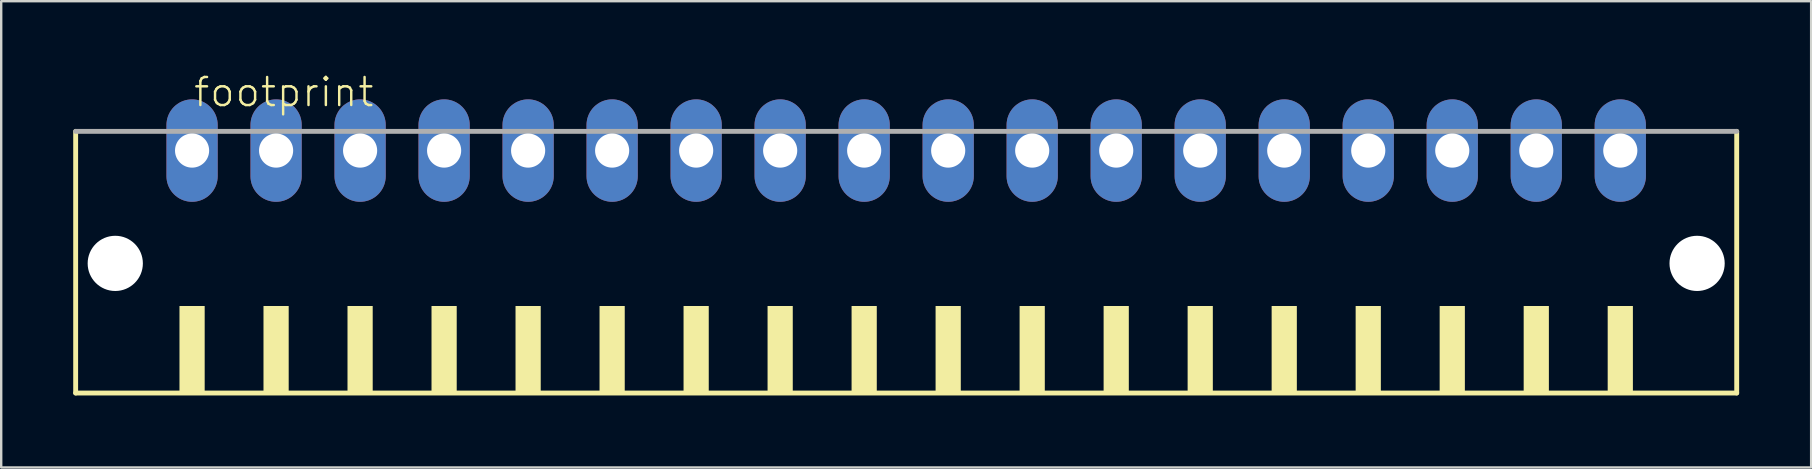
<source format=kicad_pcb>
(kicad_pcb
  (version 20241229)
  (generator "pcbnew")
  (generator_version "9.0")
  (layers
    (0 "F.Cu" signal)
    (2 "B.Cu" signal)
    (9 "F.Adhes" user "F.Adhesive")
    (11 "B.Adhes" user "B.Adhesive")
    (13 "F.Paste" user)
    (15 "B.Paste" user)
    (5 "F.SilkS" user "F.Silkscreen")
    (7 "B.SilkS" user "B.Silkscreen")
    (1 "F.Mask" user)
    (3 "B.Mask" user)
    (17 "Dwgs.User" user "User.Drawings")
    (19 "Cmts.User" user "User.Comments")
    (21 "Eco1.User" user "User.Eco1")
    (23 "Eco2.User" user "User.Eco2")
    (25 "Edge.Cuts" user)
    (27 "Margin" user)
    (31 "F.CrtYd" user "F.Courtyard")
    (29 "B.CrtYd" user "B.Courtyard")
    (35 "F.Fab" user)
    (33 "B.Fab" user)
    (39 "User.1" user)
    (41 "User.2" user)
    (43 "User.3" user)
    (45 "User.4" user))
  (footprint "footprint"
    (layer "F.Cu")
    (at 34.702 8.473)
    (property "Reference" "footprint" (at -29.75 -7 0) (layer "F.SilkS") (effects (font (size 1.168 1.168) (thickness 0.102)) (justify left bottom)))
    (fp_line (start -34.6 -6.05) (end -34.6 4.85) (stroke (width 0.203) (type solid)) (layer "F.SilkS"))
    (fp_line (start -34.6 4.85) (end 34.6 4.85) (stroke (width 0.203) (type solid)) (layer "F.SilkS"))
    (fp_line (start 34.6 4.85) (end 34.6 -6.05) (stroke (width 0.203) (type solid)) (layer "F.SilkS"))
    (fp_poly (pts (xy -30.275 4.9) (xy -29.225 4.9) (xy -29.225 1.225) (xy -30.275 1.225)) (stroke (width 0) (type solid)) (fill yes) (layer "F.SilkS"))
    (fp_poly (pts (xy -26.775 4.9) (xy -25.725 4.9) (xy -25.725 1.225) (xy -26.775 1.225)) (stroke (width 0) (type solid)) (fill yes) (layer "F.SilkS"))
    (fp_poly (pts (xy -23.275 4.9) (xy -22.225 4.9) (xy -22.225 1.225) (xy -23.275 1.225)) (stroke (width 0) (type solid)) (fill yes) (layer "F.SilkS"))
    (fp_poly (pts (xy -19.775 4.9) (xy -18.725 4.9) (xy -18.725 1.225) (xy -19.775 1.225)) (stroke (width 0) (type solid)) (fill yes) (layer "F.SilkS"))
    (fp_poly (pts (xy -16.275 4.9) (xy -15.225 4.9) (xy -15.225 1.225) (xy -16.275 1.225)) (stroke (width 0) (type solid)) (fill yes) (layer "F.SilkS"))
    (fp_poly (pts (xy -12.775 4.9) (xy -11.725 4.9) (xy -11.725 1.225) (xy -12.775 1.225)) (stroke (width 0) (type solid)) (fill yes) (layer "F.SilkS"))
    (fp_poly (pts (xy -9.275 4.9) (xy -8.225 4.9) (xy -8.225 1.225) (xy -9.275 1.225)) (stroke (width 0) (type solid)) (fill yes) (layer "F.SilkS"))
    (fp_poly (pts (xy -5.775 4.9) (xy -4.725 4.9) (xy -4.725 1.225) (xy -5.775 1.225)) (stroke (width 0) (type solid)) (fill yes) (layer "F.SilkS"))
    (fp_poly (pts (xy -2.275 4.9) (xy -1.225 4.9) (xy -1.225 1.225) (xy -2.275 1.225)) (stroke (width 0) (type solid)) (fill yes) (layer "F.SilkS"))
    (fp_poly (pts (xy 1.225 4.9) (xy 2.275 4.9) (xy 2.275 1.225) (xy 1.225 1.225)) (stroke (width 0) (type solid)) (fill yes) (layer "F.SilkS"))
    (fp_poly (pts (xy 4.725 4.9) (xy 5.775 4.9) (xy 5.775 1.225) (xy 4.725 1.225)) (stroke (width 0) (type solid)) (fill yes) (layer "F.SilkS"))
    (fp_poly (pts (xy 8.225 4.9) (xy 9.275 4.9) (xy 9.275 1.225) (xy 8.225 1.225)) (stroke (width 0) (type solid)) (fill yes) (layer "F.SilkS"))
    (fp_poly (pts (xy 11.725 4.9) (xy 12.775 4.9) (xy 12.775 1.225) (xy 11.725 1.225)) (stroke (width 0) (type solid)) (fill yes) (layer "F.SilkS"))
    (fp_poly (pts (xy 15.225 4.9) (xy 16.275 4.9) (xy 16.275 1.225) (xy 15.225 1.225)) (stroke (width 0) (type solid)) (fill yes) (layer "F.SilkS"))
    (fp_poly (pts (xy 18.725 4.9) (xy 19.775 4.9) (xy 19.775 1.225) (xy 18.725 1.225)) (stroke (width 0) (type solid)) (fill yes) (layer "F.SilkS"))
    (fp_poly (pts (xy 22.225 4.9) (xy 23.275 4.9) (xy 23.275 1.225) (xy 22.225 1.225)) (stroke (width 0) (type solid)) (fill yes) (layer "F.SilkS"))
    (fp_poly (pts (xy 25.725 4.9) (xy 26.775 4.9) (xy 26.775 1.225) (xy 25.725 1.225)) (stroke (width 0) (type solid)) (fill yes) (layer "F.SilkS"))
    (fp_poly (pts (xy 29.225 4.9) (xy 30.275 4.9) (xy 30.275 1.225) (xy 29.225 1.225)) (stroke (width 0) (type solid)) (fill yes) (layer "F.SilkS"))
    (fp_line (start 34.6 -6.05) (end -34.6 -6.05) (stroke (width 0.203) (type solid)) (layer "F.Fab"))
    (pad "" np_thru_hole circle (at -32.95 -0.55) (size 2.3 2.3) (drill 2.3) (layers "*.Cu" "*.Mask"))
    (pad "" np_thru_hole circle (at 32.95 -0.55) (size 2.3 2.3) (drill 2.3) (layers "*.Cu" "*.Mask"))
    (pad "1" thru_hole oval (at -29.75 -5.25 90) (size 4.267 2.134) (drill 1.422) (layers "*.Cu" "*.Mask"))
    (pad "2" thru_hole oval (at -26.25 -5.25 90) (size 4.267 2.134) (drill 1.422) (layers "*.Cu" "*.Mask"))
    (pad "3" thru_hole oval (at -22.75 -5.25 90) (size 4.267 2.134) (drill 1.422) (layers "*.Cu" "*.Mask"))
    (pad "4" thru_hole oval (at -19.25 -5.25 90) (size 4.267 2.134) (drill 1.422) (layers "*.Cu" "*.Mask"))
    (pad "5" thru_hole oval (at -15.75 -5.25 90) (size 4.267 2.134) (drill 1.422) (layers "*.Cu" "*.Mask"))
    (pad "6" thru_hole oval (at -12.25 -5.25 90) (size 4.267 2.134) (drill 1.422) (layers "*.Cu" "*.Mask"))
    (pad "7" thru_hole oval (at -8.75 -5.25 90) (size 4.267 2.134) (drill 1.422) (layers "*.Cu" "*.Mask"))
    (pad "8" thru_hole oval (at -5.25 -5.25 90) (size 4.267 2.134) (drill 1.422) (layers "*.Cu" "*.Mask"))
    (pad "9" thru_hole oval (at -1.75 -5.25 90) (size 4.267 2.134) (drill 1.422) (layers "*.Cu" "*.Mask"))
    (pad "10" thru_hole oval (at 1.75 -5.25 90) (size 4.267 2.134) (drill 1.422) (layers "*.Cu" "*.Mask"))
    (pad "11" thru_hole oval (at 5.25 -5.25 90) (size 4.267 2.134) (drill 1.422) (layers "*.Cu" "*.Mask"))
    (pad "12" thru_hole oval (at 8.75 -5.25 90) (size 4.267 2.134) (drill 1.422) (layers "*.Cu" "*.Mask"))
    (pad "13" thru_hole oval (at 12.25 -5.25 90) (size 4.267 2.134) (drill 1.422) (layers "*.Cu" "*.Mask"))
    (pad "14" thru_hole oval (at 15.75 -5.25 90) (size 4.267 2.134) (drill 1.422) (layers "*.Cu" "*.Mask"))
    (pad "15" thru_hole oval (at 19.25 -5.25 90) (size 4.267 2.134) (drill 1.422) (layers "*.Cu" "*.Mask"))
    (pad "16" thru_hole oval (at 22.75 -5.25 90) (size 4.267 2.134) (drill 1.422) (layers "*.Cu" "*.Mask"))
    (pad "17" thru_hole oval (at 26.25 -5.25 90) (size 4.267 2.134) (drill 1.422) (layers "*.Cu" "*.Mask"))
    (pad "18" thru_hole oval (at 29.75 -5.25 90) (size 4.267 2.134) (drill 1.422) (layers "*.Cu" "*.Mask")))
  (gr_rect
    (start -3 -3)
    (end 72.403 16.425)
    (stroke (width 0.1) (type default))
    (fill no)
    (layer "Edge.Cuts")))
</source>
